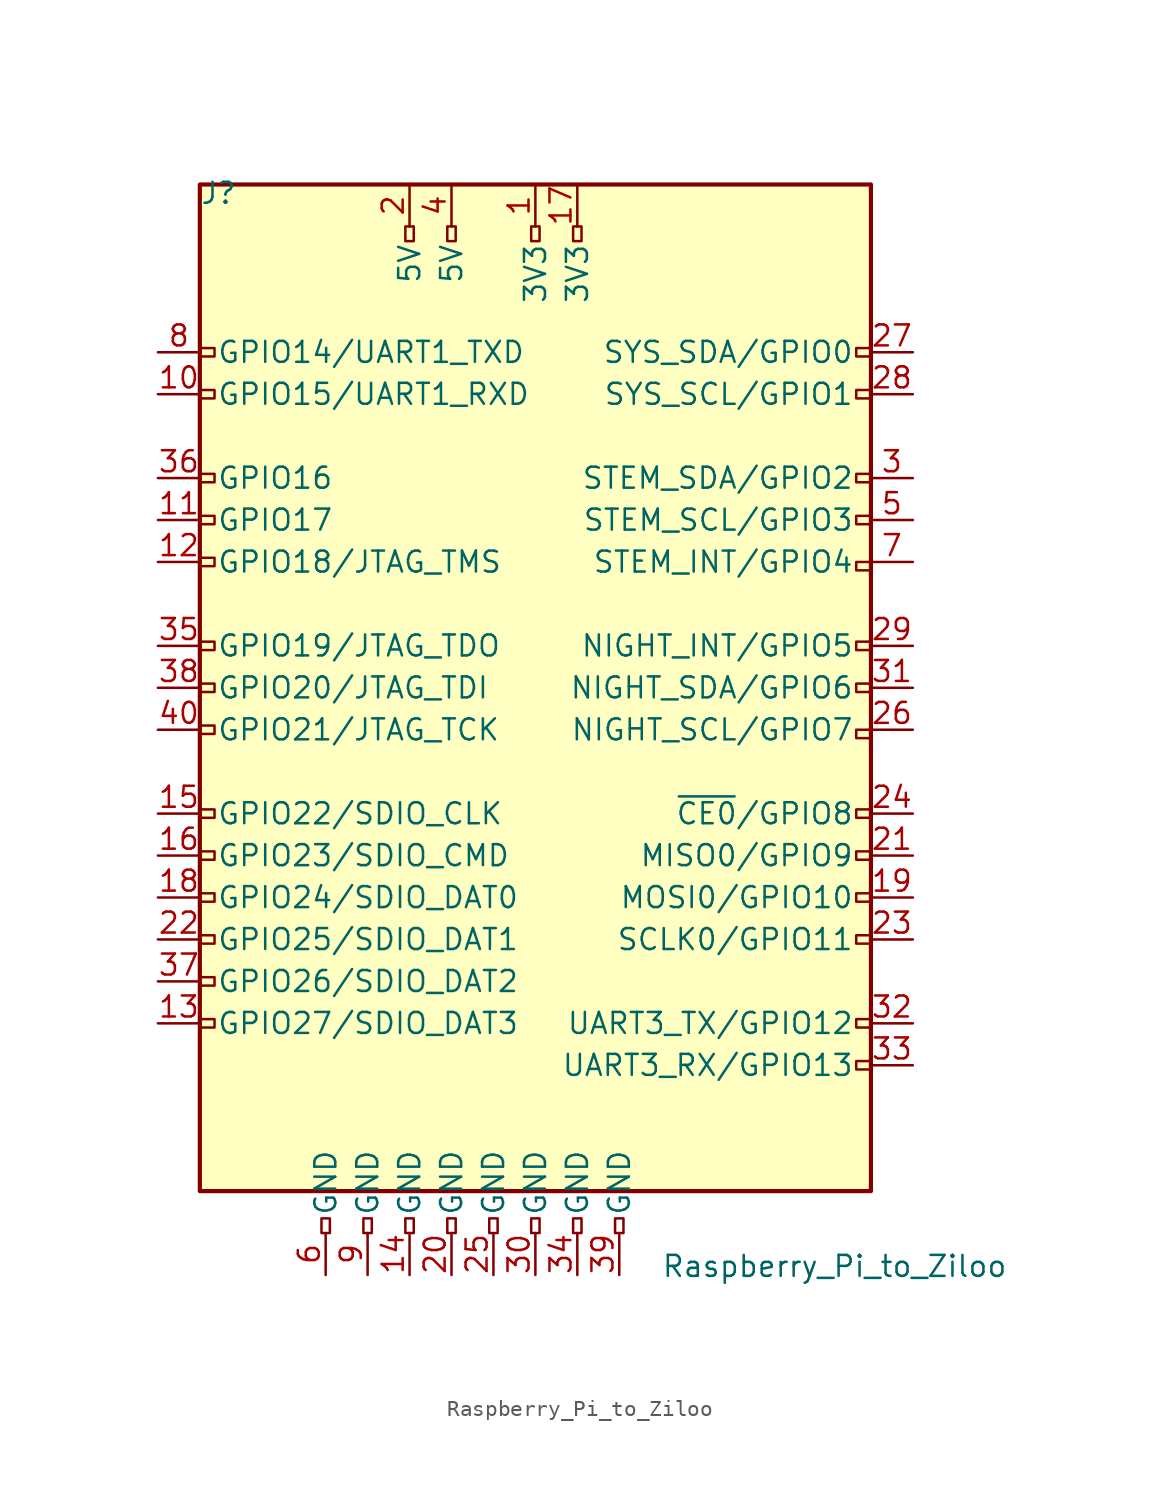
<source format=kicad_sym>
(kicad_symbol_lib
  (version 20211014)
  (generator kicad_symbol_editor)
  (symbol "Raspberry_Pi_to_Ziloo"
    (pin_names
      (offset 1.016))
    (property "Reference" "J"
      (at -17.78 31.75 0)
      (effects (font (size 1.27 1.27)) (justify left bottom)))
    (property "Value" "Raspberry_Pi_to_Ziloo"
      (at 10.16 -31.75 0)
      (effects (font (size 1.27 1.27)) (justify left top)))
    (symbol "Raspberry_Pi_to_Ziloo_0_1"
      (rectangle (start -17.78 33.02) (end 22.86 -27.94) (stroke (width 0.254) (type default) (color 0 0 0 0)) (fill (type background))))
    (symbol "Raspberry_Pi_to_Ziloo_1_1"
      (rectangle (start -16.891 -17.526) (end -17.78 -18.034) (stroke (width 0) (type default) (color 0 0 0 0)) (fill (type none)))
      (rectangle (start -16.891 -14.986) (end -17.78 -15.494) (stroke (width 0) (type default) (color 0 0 0 0)) (fill (type none)))
      (rectangle (start -16.891 -12.446) (end -17.78 -12.954) (stroke (width 0) (type default) (color 0 0 0 0)) (fill (type none)))
      (rectangle (start -16.891 -9.906) (end -17.78 -10.414) (stroke (width 0) (type default) (color 0 0 0 0)) (fill (type none)))
      (rectangle (start -16.891 -7.366) (end -17.78 -7.874) (stroke (width 0) (type default) (color 0 0 0 0)) (fill (type none)))
      (rectangle (start -16.891 -4.826) (end -17.78 -5.334) (stroke (width 0) (type default) (color 0 0 0 0)) (fill (type none)))
      (rectangle (start -16.891 0.254) (end -17.78 -0.254) (stroke (width 0) (type default) (color 0 0 0 0)) (fill (type none)))
      (rectangle (start -16.891 2.794) (end -17.78 2.286) (stroke (width 0) (type default) (color 0 0 0 0)) (fill (type none)))
      (rectangle (start -16.891 5.334) (end -17.78 4.826) (stroke (width 0) (type default) (color 0 0 0 0)) (fill (type none)))
      (rectangle (start -16.891 10.414) (end -17.78 9.906) (stroke (width 0) (type default) (color 0 0 0 0)) (fill (type none)))
      (rectangle (start -16.891 12.954) (end -17.78 12.446) (stroke (width 0) (type default) (color 0 0 0 0)) (fill (type none)))
      (rectangle (start -16.891 15.494) (end -17.78 14.986) (stroke (width 0) (type default) (color 0 0 0 0)) (fill (type none)))
      (rectangle (start -16.891 20.574) (end -17.78 20.066) (stroke (width 0) (type default) (color 0 0 0 0)) (fill (type none)))
      (rectangle (start -16.891 23.114) (end -17.78 22.606) (stroke (width 0) (type default) (color 0 0 0 0)) (fill (type none)))
      (rectangle (start -10.414 -29.591) (end -9.906 -30.48) (stroke (width 0) (type default) (color 0 0 0 0)) (fill (type none)))
      (rectangle (start -7.874 -29.591) (end -7.366 -30.48) (stroke (width 0) (type default) (color 0 0 0 0)) (fill (type none)))
      (rectangle (start -5.334 -29.591) (end -4.826 -30.48) (stroke (width 0) (type default) (color 0 0 0 0)) (fill (type none)))
      (rectangle (start -5.334 30.48) (end -4.826 29.591) (stroke (width 0) (type default) (color 0 0 0 0)) (fill (type none)))
      (rectangle (start -2.794 -29.591) (end -2.286 -30.48) (stroke (width 0) (type default) (color 0 0 0 0)) (fill (type none)))
      (rectangle (start -2.794 30.48) (end -2.286 29.591) (stroke (width 0) (type default) (color 0 0 0 0)) (fill (type none)))
      (rectangle (start -0.254 -29.591) (end 0.254 -30.48) (stroke (width 0) (type default) (color 0 0 0 0)) (fill (type none)))
      (rectangle (start 2.286 -29.591) (end 2.794 -30.48) (stroke (width 0) (type default) (color 0 0 0 0)) (fill (type none)))
      (rectangle (start 2.286 30.48) (end 2.794 29.591) (stroke (width 0) (type default) (color 0 0 0 0)) (fill (type none)))
      (rectangle (start 4.826 -29.591) (end 5.334 -30.48) (stroke (width 0) (type default) (color 0 0 0 0)) (fill (type none)))
      (rectangle (start 4.826 30.48) (end 5.334 29.591) (stroke (width 0) (type default) (color 0 0 0 0)) (fill (type none)))
      (rectangle (start 7.366 -29.591) (end 7.874 -30.48) (stroke (width 0) (type default) (color 0 0 0 0)) (fill (type none)))
      (rectangle (start 22.86 -20.066) (end 21.971 -20.574) (stroke (width 0) (type default) (color 0 0 0 0)) (fill (type none)))
      (rectangle (start 22.86 -17.526) (end 21.971 -18.034) (stroke (width 0) (type default) (color 0 0 0 0)) (fill (type none)))
      (rectangle (start 22.86 -12.446) (end 21.971 -12.954) (stroke (width 0) (type default) (color 0 0 0 0)) (fill (type none)))
      (rectangle (start 22.86 -9.906) (end 21.971 -10.414) (stroke (width 0) (type default) (color 0 0 0 0)) (fill (type none)))
      (rectangle (start 22.86 -7.366) (end 21.971 -7.874) (stroke (width 0) (type default) (color 0 0 0 0)) (fill (type none)))
      (rectangle (start 22.86 -4.826) (end 21.971 -5.334) (stroke (width 0) (type default) (color 0 0 0 0)) (fill (type none)))
      (rectangle (start 22.86 0) (end 21.971 -0.508) (stroke (width 0) (type default) (color 0 0 0 0)) (fill (type none)))
      (rectangle (start 22.86 2.794) (end 21.971 2.286) (stroke (width 0) (type default) (color 0 0 0 0)) (fill (type none)))
      (rectangle (start 22.86 5.334) (end 21.971 4.826) (stroke (width 0) (type default) (color 0 0 0 0)) (fill (type none)))
      (rectangle (start 22.86 10.16) (end 21.971 9.652) (stroke (width 0) (type default) (color 0 0 0 0)) (fill (type none)))
      (rectangle (start 22.86 12.954) (end 21.971 12.446) (stroke (width 0) (type default) (color 0 0 0 0)) (fill (type none)))
      (rectangle (start 22.86 15.494) (end 21.971 14.986) (stroke (width 0) (type default) (color 0 0 0 0)) (fill (type none)))
      (rectangle (start 22.86 20.574) (end 21.971 20.066) (stroke (width 0) (type default) (color 0 0 0 0)) (fill (type none)))
      (rectangle (start 22.86 23.114) (end 21.971 22.606) (stroke (width 0) (type default) (color 0 0 0 0)) (fill (type none)))
      (pin power_in line (at 2.54 33.02 270) (length 2.54) (name "3V3" (effects (font (size 1.27 1.27)))) (number "1" (effects (font (size 1.27 1.27)))))
      (pin bidirectional line (at -20.32 20.32 0) (length 2.54) (name "GPIO15/UART1_RXD" (effects (font (size 1.27 1.27)))) (number "10" (effects (font (size 1.27 1.27)))))
      (pin bidirectional line (at -20.32 12.7 0) (length 2.54) (name "GPIO17" (effects (font (size 1.27 1.27)))) (number "11" (effects (font (size 1.27 1.27)))))
      (pin bidirectional line (at -20.32 10.16 0) (length 2.54) (name "GPIO18/JTAG_TMS" (effects (font (size 1.27 1.27)))) (number "12" (effects (font (size 1.27 1.27)))))
      (pin bidirectional line (at -20.32 -17.78 0) (length 2.54) (name "GPIO27/SDIO_DAT3" (effects (font (size 1.27 1.27)))) (number "13" (effects (font (size 1.27 1.27)))))
      (pin power_in line (at -5.08 -33.02 90) (length 2.54) (name "GND" (effects (font (size 1.27 1.27)))) (number "14" (effects (font (size 1.27 1.27)))))
      (pin bidirectional line (at -20.32 -5.08 0) (length 2.54) (name "GPIO22/SDIO_CLK" (effects (font (size 1.27 1.27)))) (number "15" (effects (font (size 1.27 1.27)))))
      (pin bidirectional line (at -20.32 -7.62 0) (length 2.54) (name "GPIO23/SDIO_CMD" (effects (font (size 1.27 1.27)))) (number "16" (effects (font (size 1.27 1.27)))))
      (pin power_in line (at 5.08 33.02 270) (length 2.54) (name "3V3" (effects (font (size 1.27 1.27)))) (number "17" (effects (font (size 1.27 1.27)))))
      (pin bidirectional line (at -20.32 -10.16 0) (length 2.54) (name "GPIO24/SDIO_DAT0" (effects (font (size 1.27 1.27)))) (number "18" (effects (font (size 1.27 1.27)))))
      (pin bidirectional line (at 25.4 -10.16 180) (length 2.54) (name "MOSI0/GPIO10" (effects (font (size 1.27 1.27)))) (number "19" (effects (font (size 1.27 1.27)))))
      (pin power_in line (at -5.08 33.02 270) (length 2.54) (name "5V" (effects (font (size 1.27 1.27)))) (number "2" (effects (font (size 1.27 1.27)))))
      (pin power_in line (at -2.54 -33.02 90) (length 2.54) (name "GND" (effects (font (size 1.27 1.27)))) (number "20" (effects (font (size 1.27 1.27)))))
      (pin bidirectional line (at 25.4 -7.62 180) (length 2.54) (name "MISO0/GPIO9" (effects (font (size 1.27 1.27)))) (number "21" (effects (font (size 1.27 1.27)))))
      (pin bidirectional line (at -20.32 -12.7 0) (length 2.54) (name "GPIO25/SDIO_DAT1" (effects (font (size 1.27 1.27)))) (number "22" (effects (font (size 1.27 1.27)))))
      (pin bidirectional line (at 25.4 -12.7 180) (length 2.54) (name "SCLK0/GPIO11" (effects (font (size 1.27 1.27)))) (number "23" (effects (font (size 1.27 1.27)))))
      (pin bidirectional line (at 25.4 -5.08 180) (length 2.54) (name "~{CE0}/GPIO8" (effects (font (size 1.27 1.27)))) (number "24" (effects (font (size 1.27 1.27)))))
      (pin power_in line (at 0 -33.02 90) (length 2.54) (name "GND" (effects (font (size 1.27 1.27)))) (number "25" (effects (font (size 1.27 1.27)))))
      (pin bidirectional line (at 25.4 0 180) (length 2.54) (name "NIGHT_SCL/GPIO7" (effects (font (size 1.27 1.27)))) (number "26" (effects (font (size 1.27 1.27)))))
      (pin bidirectional line (at 25.4 22.86 180) (length 2.54) (name "SYS_SDA/GPIO0" (effects (font (size 1.27 1.27)))) (number "27" (effects (font (size 1.27 1.27)))))
      (pin bidirectional line (at 25.4 20.32 180) (length 2.54) (name "SYS_SCL/GPIO1" (effects (font (size 1.27 1.27)))) (number "28" (effects (font (size 1.27 1.27)))))
      (pin bidirectional line (at 25.4 5.08 180) (length 2.54) (name "NIGHT_INT/GPIO5" (effects (font (size 1.27 1.27)))) (number "29" (effects (font (size 1.27 1.27)))))
      (pin bidirectional line (at 25.4 15.24 180) (length 2.54) (name "STEM_SDA/GPIO2" (effects (font (size 1.27 1.27)))) (number "3" (effects (font (size 1.27 1.27)))))
      (pin power_in line (at 2.54 -33.02 90) (length 2.54) (name "GND" (effects (font (size 1.27 1.27)))) (number "30" (effects (font (size 1.27 1.27)))))
      (pin bidirectional line (at 25.4 2.54 180) (length 2.54) (name "NIGHT_SDA/GPIO6" (effects (font (size 1.27 1.27)))) (number "31" (effects (font (size 1.27 1.27)))))
      (pin bidirectional line (at 25.4 -17.78 180) (length 2.54) (name "UART3_TX/GPIO12" (effects (font (size 1.27 1.27)))) (number "32" (effects (font (size 1.27 1.27)))))
      (pin bidirectional line (at 25.4 -20.32 180) (length 2.54) (name "UART3_RX/GPIO13" (effects (font (size 1.27 1.27)))) (number "33" (effects (font (size 1.27 1.27)))))
      (pin power_in line (at 5.08 -33.02 90) (length 2.54) (name "GND" (effects (font (size 1.27 1.27)))) (number "34" (effects (font (size 1.27 1.27)))))
      (pin bidirectional line (at -20.32 5.08 0) (length 2.54) (name "GPIO19/JTAG_TDO" (effects (font (size 1.27 1.27)))) (number "35" (effects (font (size 1.27 1.27)))))
      (pin bidirectional line (at -20.32 15.24 0) (length 2.54) (name "GPIO16" (effects (font (size 1.27 1.27)))) (number "36" (effects (font (size 1.27 1.27)))))
      (pin bidirectional line (at -20.32 -15.24 0) (length 2.54) (name "GPIO26/SDIO_DAT2" (effects (font (size 1.27 1.27)))) (number "37" (effects (font (size 1.27 1.27)))))
      (pin bidirectional line (at -20.32 2.54 0) (length 2.54) (name "GPIO20/JTAG_TDI" (effects (font (size 1.27 1.27)))) (number "38" (effects (font (size 1.27 1.27)))))
      (pin power_in line (at 7.62 -33.02 90) (length 2.54) (name "GND" (effects (font (size 1.27 1.27)))) (number "39" (effects (font (size 1.27 1.27)))))
      (pin power_in line (at -2.54 33.02 270) (length 2.54) (name "5V" (effects (font (size 1.27 1.27)))) (number "4" (effects (font (size 1.27 1.27)))))
      (pin bidirectional line (at -20.32 0 0) (length 2.54) (name "GPIO21/JTAG_TCK" (effects (font (size 1.27 1.27)))) (number "40" (effects (font (size 1.27 1.27)))))
      (pin bidirectional line (at 25.4 12.7 180) (length 2.54) (name "STEM_SCL/GPIO3" (effects (font (size 1.27 1.27)))) (number "5" (effects (font (size 1.27 1.27)))))
      (pin power_in line (at -10.16 -33.02 90) (length 2.54) (name "GND" (effects (font (size 1.27 1.27)))) (number "6" (effects (font (size 1.27 1.27)))))
      (pin bidirectional line (at 25.4 10.16 180) (length 2.54) (name "STEM_INT/GPIO4" (effects (font (size 1.27 1.27)))) (number "7" (effects (font (size 1.27 1.27)))))
      (pin bidirectional line (at -20.32 22.86 0) (length 2.54) (name "GPIO14/UART1_TXD" (effects (font (size 1.27 1.27)))) (number "8" (effects (font (size 1.27 1.27)))))
      (pin power_in line (at -7.62 -33.02 90) (length 2.54) (name "GND" (effects (font (size 1.27 1.27)))) (number "9" (effects (font (size 1.27 1.27))))))))
</source>
